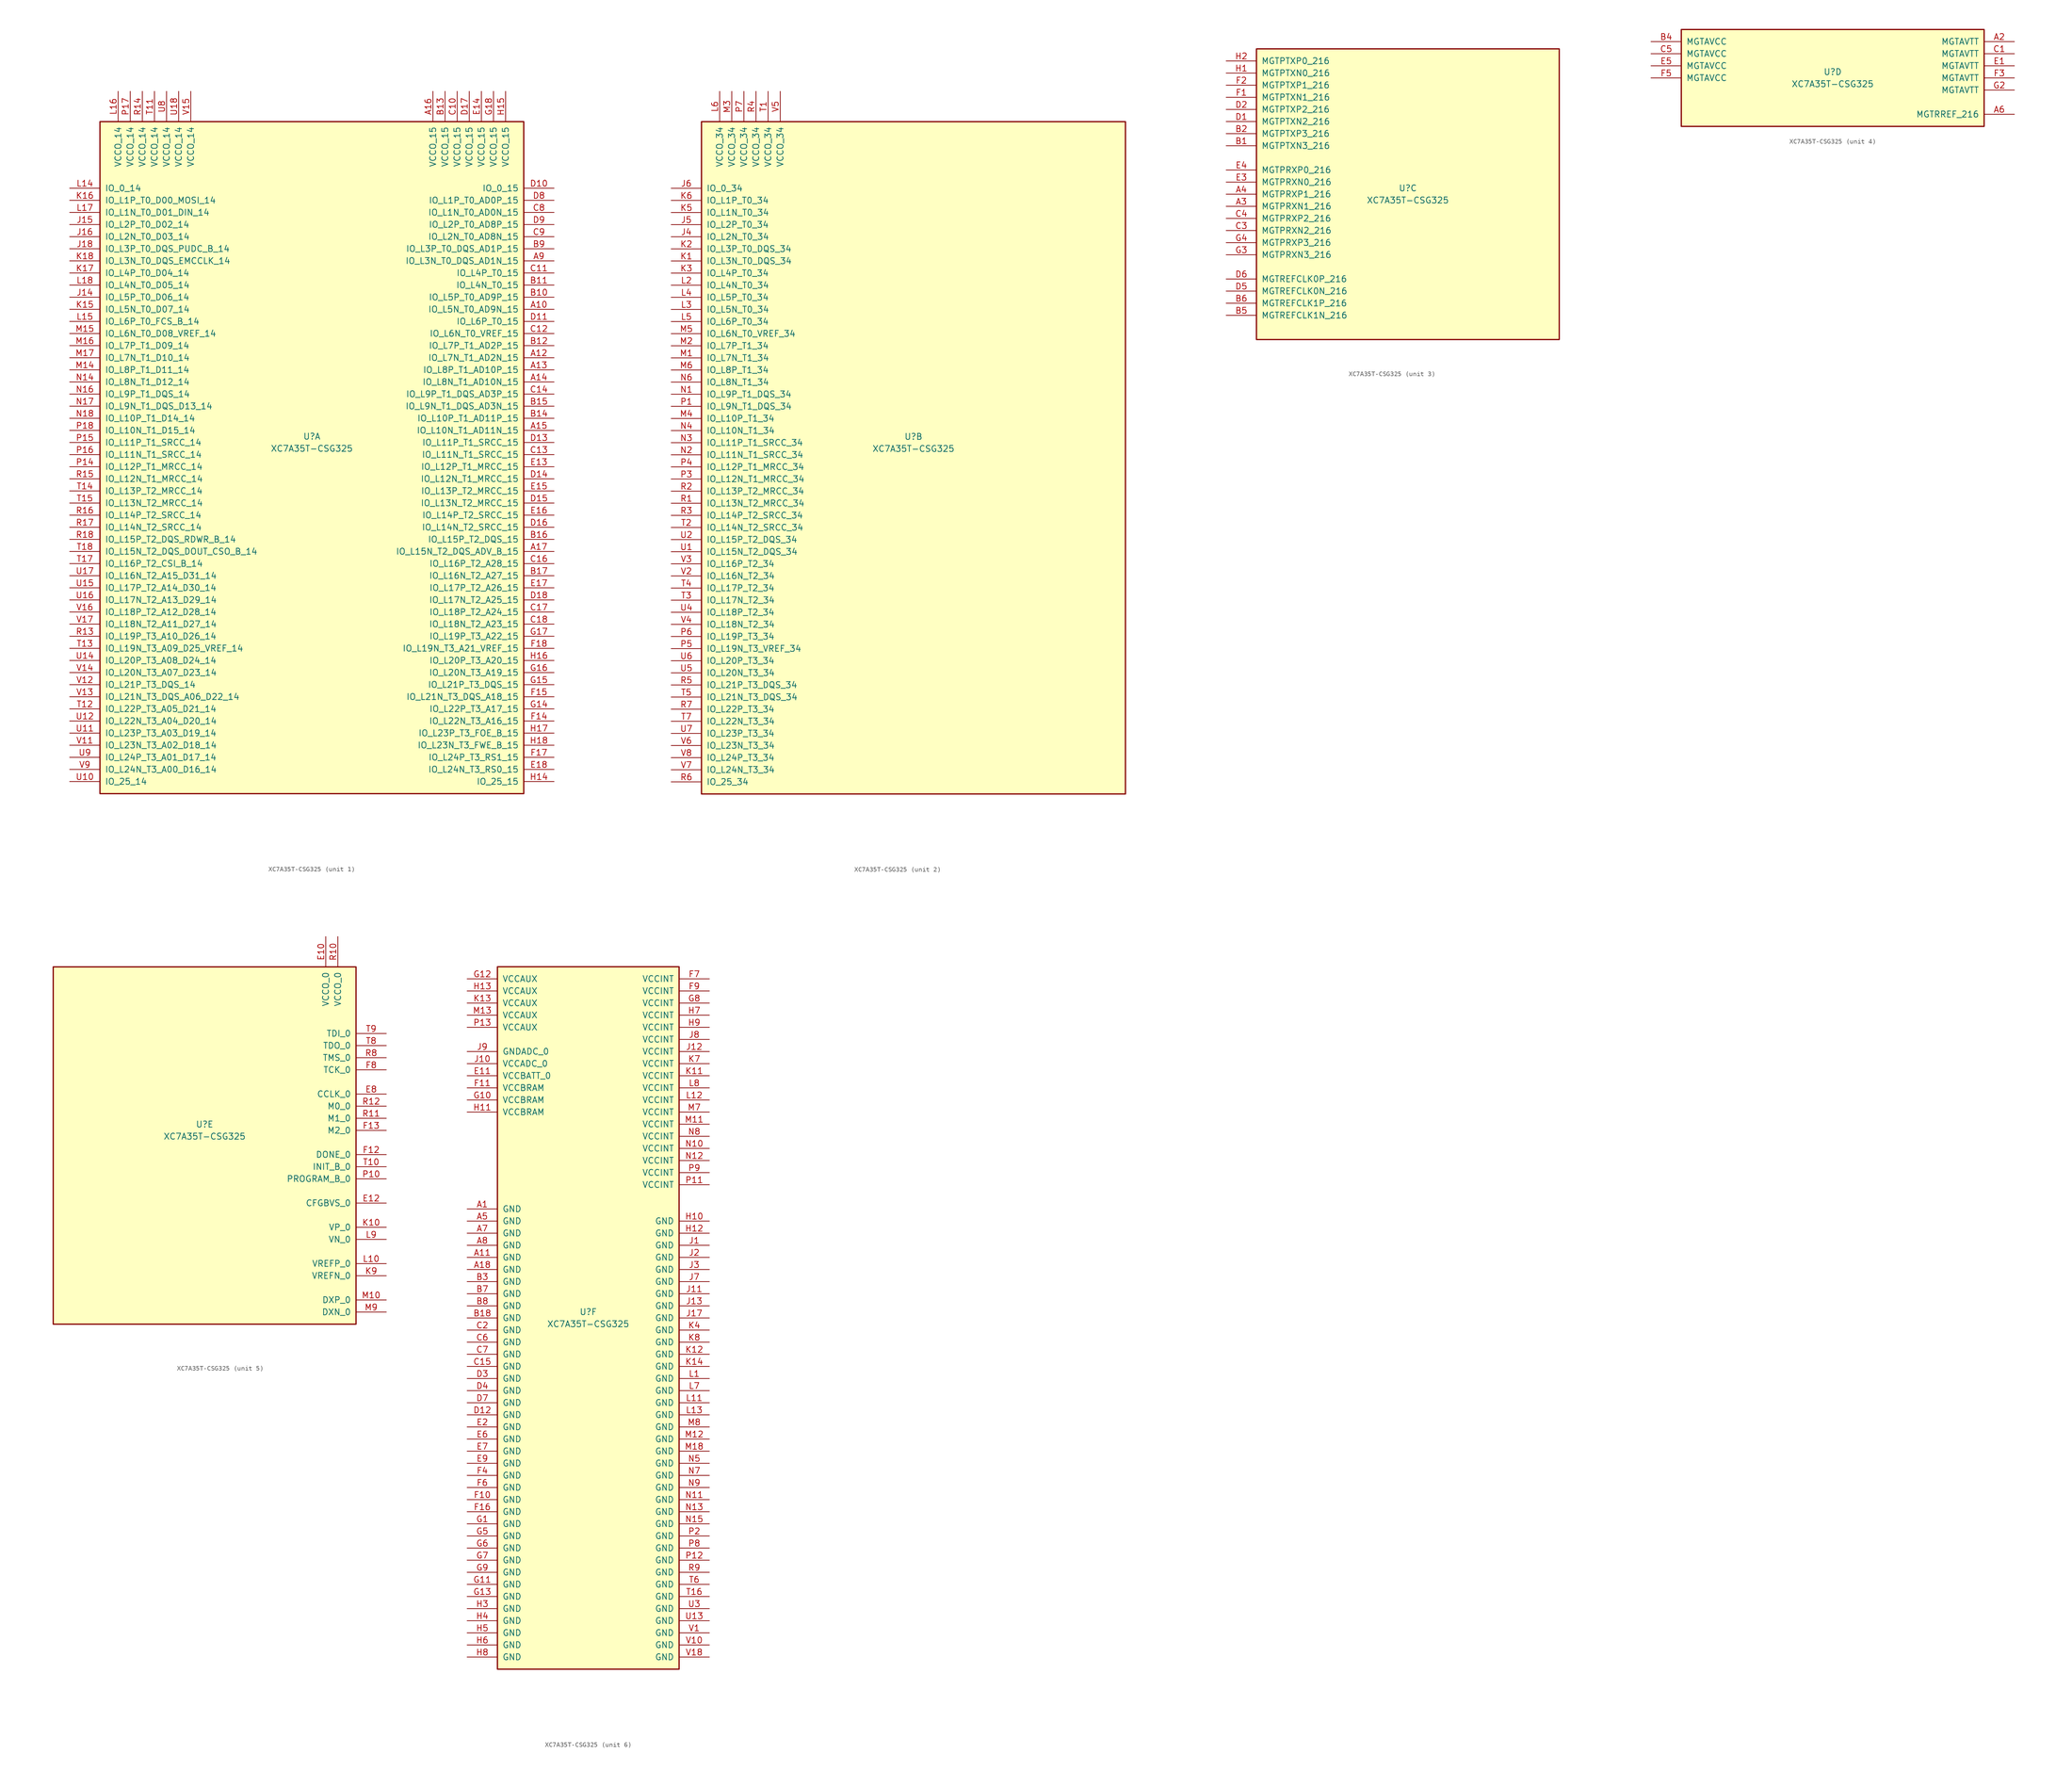
<source format=kicad_sym>
(kicad_symbol_lib
  (version 20231120)
  (generator "kicad_symbol_editor")
  (generator_version "8.0")
  (symbol "XC7A35T-CSG325"
    (pin_names
      (offset 1.016))
    (property "Reference" "U"
      (at 0 1.27 0)
      (effects (font (size 1.27 1.27))))
    (property "Value" "XC7A35T-CSG325"
      (at 0 -1.27 0)
      (effects (font (size 1.27 1.27))))
    (property "Datasheet" ""
      (at 0 0 0)
      (effects (font (size 1.27 1.27))))
    (property "ki_locked" ""
      (at 0 0 0)
      (effects (font (size 1.27 1.27))))
    (symbol "XC7A35T-CSG325_1_1"
      (rectangle (start -44.45 67.31) (end 44.45 -73.66) (stroke (width 0.254) (type solid)) (fill (type background)))
      (pin bidirectional line (at 50.8 27.94 180) (length 6.35) (name "IO_L5N_T0_AD9N_15" (effects (font (size 1.27 1.27)))) (number "A10" (effects (font (size 1.27 1.27)))))
      (pin bidirectional line (at 50.8 17.78 180) (length 6.35) (name "IO_L7N_T1_AD2N_15" (effects (font (size 1.27 1.27)))) (number "A12" (effects (font (size 1.27 1.27)))))
      (pin bidirectional line (at 50.8 15.24 180) (length 6.35) (name "IO_L8P_T1_AD10P_15" (effects (font (size 1.27 1.27)))) (number "A13" (effects (font (size 1.27 1.27)))))
      (pin bidirectional line (at 50.8 12.7 180) (length 6.35) (name "IO_L8N_T1_AD10N_15" (effects (font (size 1.27 1.27)))) (number "A14" (effects (font (size 1.27 1.27)))))
      (pin bidirectional line (at 50.8 2.54 180) (length 6.35) (name "IO_L10N_T1_AD11N_15" (effects (font (size 1.27 1.27)))) (number "A15" (effects (font (size 1.27 1.27)))))
      (pin power_in line (at 25.4 73.66 270) (length 6.35) (name "VCCO_15" (effects (font (size 1.27 1.27)))) (number "A16" (effects (font (size 1.27 1.27)))))
      (pin bidirectional line (at 50.8 -22.86 180) (length 6.35) (name "IO_L15N_T2_DQS_ADV_B_15" (effects (font (size 1.27 1.27)))) (number "A17" (effects (font (size 1.27 1.27)))))
      (pin bidirectional line (at 50.8 38.1 180) (length 6.35) (name "IO_L3N_T0_DQS_AD1N_15" (effects (font (size 1.27 1.27)))) (number "A9" (effects (font (size 1.27 1.27)))))
      (pin bidirectional line (at 50.8 30.48 180) (length 6.35) (name "IO_L5P_T0_AD9P_15" (effects (font (size 1.27 1.27)))) (number "B10" (effects (font (size 1.27 1.27)))))
      (pin bidirectional line (at 50.8 33.02 180) (length 6.35) (name "IO_L4N_T0_15" (effects (font (size 1.27 1.27)))) (number "B11" (effects (font (size 1.27 1.27)))))
      (pin bidirectional line (at 50.8 20.32 180) (length 6.35) (name "IO_L7P_T1_AD2P_15" (effects (font (size 1.27 1.27)))) (number "B12" (effects (font (size 1.27 1.27)))))
      (pin power_in line (at 27.94 73.66 270) (length 6.35) (name "VCCO_15" (effects (font (size 1.27 1.27)))) (number "B13" (effects (font (size 1.27 1.27)))))
      (pin bidirectional line (at 50.8 5.08 180) (length 6.35) (name "IO_L10P_T1_AD11P_15" (effects (font (size 1.27 1.27)))) (number "B14" (effects (font (size 1.27 1.27)))))
      (pin bidirectional line (at 50.8 7.62 180) (length 6.35) (name "IO_L9N_T1_DQS_AD3N_15" (effects (font (size 1.27 1.27)))) (number "B15" (effects (font (size 1.27 1.27)))))
      (pin bidirectional line (at 50.8 -20.32 180) (length 6.35) (name "IO_L15P_T2_DQS_15" (effects (font (size 1.27 1.27)))) (number "B16" (effects (font (size 1.27 1.27)))))
      (pin bidirectional line (at 50.8 -27.94 180) (length 6.35) (name "IO_L16N_T2_A27_15" (effects (font (size 1.27 1.27)))) (number "B17" (effects (font (size 1.27 1.27)))))
      (pin bidirectional line (at 50.8 40.64 180) (length 6.35) (name "IO_L3P_T0_DQS_AD1P_15" (effects (font (size 1.27 1.27)))) (number "B9" (effects (font (size 1.27 1.27)))))
      (pin power_in line (at 30.48 73.66 270) (length 6.35) (name "VCCO_15" (effects (font (size 1.27 1.27)))) (number "C10" (effects (font (size 1.27 1.27)))))
      (pin bidirectional line (at 50.8 35.56 180) (length 6.35) (name "IO_L4P_T0_15" (effects (font (size 1.27 1.27)))) (number "C11" (effects (font (size 1.27 1.27)))))
      (pin bidirectional line (at 50.8 22.86 180) (length 6.35) (name "IO_L6N_T0_VREF_15" (effects (font (size 1.27 1.27)))) (number "C12" (effects (font (size 1.27 1.27)))))
      (pin bidirectional line (at 50.8 -2.54 180) (length 6.35) (name "IO_L11N_T1_SRCC_15" (effects (font (size 1.27 1.27)))) (number "C13" (effects (font (size 1.27 1.27)))))
      (pin bidirectional line (at 50.8 10.16 180) (length 6.35) (name "IO_L9P_T1_DQS_AD3P_15" (effects (font (size 1.27 1.27)))) (number "C14" (effects (font (size 1.27 1.27)))))
      (pin bidirectional line (at 50.8 -25.4 180) (length 6.35) (name "IO_L16P_T2_A28_15" (effects (font (size 1.27 1.27)))) (number "C16" (effects (font (size 1.27 1.27)))))
      (pin bidirectional line (at 50.8 -35.56 180) (length 6.35) (name "IO_L18P_T2_A24_15" (effects (font (size 1.27 1.27)))) (number "C17" (effects (font (size 1.27 1.27)))))
      (pin bidirectional line (at 50.8 -38.1 180) (length 6.35) (name "IO_L18N_T2_A23_15" (effects (font (size 1.27 1.27)))) (number "C18" (effects (font (size 1.27 1.27)))))
      (pin bidirectional line (at 50.8 48.26 180) (length 6.35) (name "IO_L1N_T0_AD0N_15" (effects (font (size 1.27 1.27)))) (number "C8" (effects (font (size 1.27 1.27)))))
      (pin bidirectional line (at 50.8 43.18 180) (length 6.35) (name "IO_L2N_T0_AD8N_15" (effects (font (size 1.27 1.27)))) (number "C9" (effects (font (size 1.27 1.27)))))
      (pin bidirectional line (at 50.8 53.34 180) (length 6.35) (name "IO_0_15" (effects (font (size 1.27 1.27)))) (number "D10" (effects (font (size 1.27 1.27)))))
      (pin bidirectional line (at 50.8 25.4 180) (length 6.35) (name "IO_L6P_T0_15" (effects (font (size 1.27 1.27)))) (number "D11" (effects (font (size 1.27 1.27)))))
      (pin bidirectional line (at 50.8 0 180) (length 6.35) (name "IO_L11P_T1_SRCC_15" (effects (font (size 1.27 1.27)))) (number "D13" (effects (font (size 1.27 1.27)))))
      (pin bidirectional line (at 50.8 -7.62 180) (length 6.35) (name "IO_L12N_T1_MRCC_15" (effects (font (size 1.27 1.27)))) (number "D14" (effects (font (size 1.27 1.27)))))
      (pin bidirectional line (at 50.8 -12.7 180) (length 6.35) (name "IO_L13N_T2_MRCC_15" (effects (font (size 1.27 1.27)))) (number "D15" (effects (font (size 1.27 1.27)))))
      (pin bidirectional line (at 50.8 -17.78 180) (length 6.35) (name "IO_L14N_T2_SRCC_15" (effects (font (size 1.27 1.27)))) (number "D16" (effects (font (size 1.27 1.27)))))
      (pin power_in line (at 33.02 73.66 270) (length 6.35) (name "VCCO_15" (effects (font (size 1.27 1.27)))) (number "D17" (effects (font (size 1.27 1.27)))))
      (pin bidirectional line (at 50.8 -33.02 180) (length 6.35) (name "IO_L17N_T2_A25_15" (effects (font (size 1.27 1.27)))) (number "D18" (effects (font (size 1.27 1.27)))))
      (pin bidirectional line (at 50.8 50.8 180) (length 6.35) (name "IO_L1P_T0_AD0P_15" (effects (font (size 1.27 1.27)))) (number "D8" (effects (font (size 1.27 1.27)))))
      (pin bidirectional line (at 50.8 45.72 180) (length 6.35) (name "IO_L2P_T0_AD8P_15" (effects (font (size 1.27 1.27)))) (number "D9" (effects (font (size 1.27 1.27)))))
      (pin bidirectional line (at 50.8 -5.08 180) (length 6.35) (name "IO_L12P_T1_MRCC_15" (effects (font (size 1.27 1.27)))) (number "E13" (effects (font (size 1.27 1.27)))))
      (pin power_in line (at 35.56 73.66 270) (length 6.35) (name "VCCO_15" (effects (font (size 1.27 1.27)))) (number "E14" (effects (font (size 1.27 1.27)))))
      (pin bidirectional line (at 50.8 -10.16 180) (length 6.35) (name "IO_L13P_T2_MRCC_15" (effects (font (size 1.27 1.27)))) (number "E15" (effects (font (size 1.27 1.27)))))
      (pin bidirectional line (at 50.8 -15.24 180) (length 6.35) (name "IO_L14P_T2_SRCC_15" (effects (font (size 1.27 1.27)))) (number "E16" (effects (font (size 1.27 1.27)))))
      (pin bidirectional line (at 50.8 -30.48 180) (length 6.35) (name "IO_L17P_T2_A26_15" (effects (font (size 1.27 1.27)))) (number "E17" (effects (font (size 1.27 1.27)))))
      (pin bidirectional line (at 50.8 -68.58 180) (length 6.35) (name "IO_L24N_T3_RS0_15" (effects (font (size 1.27 1.27)))) (number "E18" (effects (font (size 1.27 1.27)))))
      (pin bidirectional line (at 50.8 -58.42 180) (length 6.35) (name "IO_L22N_T3_A16_15" (effects (font (size 1.27 1.27)))) (number "F14" (effects (font (size 1.27 1.27)))))
      (pin bidirectional line (at 50.8 -53.34 180) (length 6.35) (name "IO_L21N_T3_DQS_A18_15" (effects (font (size 1.27 1.27)))) (number "F15" (effects (font (size 1.27 1.27)))))
      (pin bidirectional line (at 50.8 -66.04 180) (length 6.35) (name "IO_L24P_T3_RS1_15" (effects (font (size 1.27 1.27)))) (number "F17" (effects (font (size 1.27 1.27)))))
      (pin bidirectional line (at 50.8 -43.18 180) (length 6.35) (name "IO_L19N_T3_A21_VREF_15" (effects (font (size 1.27 1.27)))) (number "F18" (effects (font (size 1.27 1.27)))))
      (pin bidirectional line (at 50.8 -55.88 180) (length 6.35) (name "IO_L22P_T3_A17_15" (effects (font (size 1.27 1.27)))) (number "G14" (effects (font (size 1.27 1.27)))))
      (pin bidirectional line (at 50.8 -50.8 180) (length 6.35) (name "IO_L21P_T3_DQS_15" (effects (font (size 1.27 1.27)))) (number "G15" (effects (font (size 1.27 1.27)))))
      (pin bidirectional line (at 50.8 -48.26 180) (length 6.35) (name "IO_L20N_T3_A19_15" (effects (font (size 1.27 1.27)))) (number "G16" (effects (font (size 1.27 1.27)))))
      (pin bidirectional line (at 50.8 -40.64 180) (length 6.35) (name "IO_L19P_T3_A22_15" (effects (font (size 1.27 1.27)))) (number "G17" (effects (font (size 1.27 1.27)))))
      (pin power_in line (at 38.1 73.66 270) (length 6.35) (name "VCCO_15" (effects (font (size 1.27 1.27)))) (number "G18" (effects (font (size 1.27 1.27)))))
      (pin bidirectional line (at 50.8 -71.12 180) (length 6.35) (name "IO_25_15" (effects (font (size 1.27 1.27)))) (number "H14" (effects (font (size 1.27 1.27)))))
      (pin power_in line (at 40.64 73.66 270) (length 6.35) (name "VCCO_15" (effects (font (size 1.27 1.27)))) (number "H15" (effects (font (size 1.27 1.27)))))
      (pin bidirectional line (at 50.8 -45.72 180) (length 6.35) (name "IO_L20P_T3_A20_15" (effects (font (size 1.27 1.27)))) (number "H16" (effects (font (size 1.27 1.27)))))
      (pin bidirectional line (at 50.8 -60.96 180) (length 6.35) (name "IO_L23P_T3_FOE_B_15" (effects (font (size 1.27 1.27)))) (number "H17" (effects (font (size 1.27 1.27)))))
      (pin bidirectional line (at 50.8 -63.5 180) (length 6.35) (name "IO_L23N_T3_FWE_B_15" (effects (font (size 1.27 1.27)))) (number "H18" (effects (font (size 1.27 1.27)))))
      (pin bidirectional line (at -50.8 30.48 0) (length 6.35) (name "IO_L5P_T0_D06_14" (effects (font (size 1.27 1.27)))) (number "J14" (effects (font (size 1.27 1.27)))))
      (pin bidirectional line (at -50.8 45.72 0) (length 6.35) (name "IO_L2P_T0_D02_14" (effects (font (size 1.27 1.27)))) (number "J15" (effects (font (size 1.27 1.27)))))
      (pin bidirectional line (at -50.8 43.18 0) (length 6.35) (name "IO_L2N_T0_D03_14" (effects (font (size 1.27 1.27)))) (number "J16" (effects (font (size 1.27 1.27)))))
      (pin bidirectional line (at -50.8 40.64 0) (length 6.35) (name "IO_L3P_T0_DQS_PUDC_B_14" (effects (font (size 1.27 1.27)))) (number "J18" (effects (font (size 1.27 1.27)))))
      (pin bidirectional line (at -50.8 27.94 0) (length 6.35) (name "IO_L5N_T0_D07_14" (effects (font (size 1.27 1.27)))) (number "K15" (effects (font (size 1.27 1.27)))))
      (pin bidirectional line (at -50.8 50.8 0) (length 6.35) (name "IO_L1P_T0_D00_MOSI_14" (effects (font (size 1.27 1.27)))) (number "K16" (effects (font (size 1.27 1.27)))))
      (pin bidirectional line (at -50.8 35.56 0) (length 6.35) (name "IO_L4P_T0_D04_14" (effects (font (size 1.27 1.27)))) (number "K17" (effects (font (size 1.27 1.27)))))
      (pin bidirectional line (at -50.8 38.1 0) (length 6.35) (name "IO_L3N_T0_DQS_EMCCLK_14" (effects (font (size 1.27 1.27)))) (number "K18" (effects (font (size 1.27 1.27)))))
      (pin bidirectional line (at -50.8 53.34 0) (length 6.35) (name "IO_0_14" (effects (font (size 1.27 1.27)))) (number "L14" (effects (font (size 1.27 1.27)))))
      (pin bidirectional line (at -50.8 25.4 0) (length 6.35) (name "IO_L6P_T0_FCS_B_14" (effects (font (size 1.27 1.27)))) (number "L15" (effects (font (size 1.27 1.27)))))
      (pin power_in line (at -40.64 73.66 270) (length 6.35) (name "VCCO_14" (effects (font (size 1.27 1.27)))) (number "L16" (effects (font (size 1.27 1.27)))))
      (pin bidirectional line (at -50.8 48.26 0) (length 6.35) (name "IO_L1N_T0_D01_DIN_14" (effects (font (size 1.27 1.27)))) (number "L17" (effects (font (size 1.27 1.27)))))
      (pin bidirectional line (at -50.8 33.02 0) (length 6.35) (name "IO_L4N_T0_D05_14" (effects (font (size 1.27 1.27)))) (number "L18" (effects (font (size 1.27 1.27)))))
      (pin bidirectional line (at -50.8 15.24 0) (length 6.35) (name "IO_L8P_T1_D11_14" (effects (font (size 1.27 1.27)))) (number "M14" (effects (font (size 1.27 1.27)))))
      (pin bidirectional line (at -50.8 22.86 0) (length 6.35) (name "IO_L6N_T0_D08_VREF_14" (effects (font (size 1.27 1.27)))) (number "M15" (effects (font (size 1.27 1.27)))))
      (pin bidirectional line (at -50.8 20.32 0) (length 6.35) (name "IO_L7P_T1_D09_14" (effects (font (size 1.27 1.27)))) (number "M16" (effects (font (size 1.27 1.27)))))
      (pin bidirectional line (at -50.8 17.78 0) (length 6.35) (name "IO_L7N_T1_D10_14" (effects (font (size 1.27 1.27)))) (number "M17" (effects (font (size 1.27 1.27)))))
      (pin bidirectional line (at -50.8 12.7 0) (length 6.35) (name "IO_L8N_T1_D12_14" (effects (font (size 1.27 1.27)))) (number "N14" (effects (font (size 1.27 1.27)))))
      (pin bidirectional line (at -50.8 10.16 0) (length 6.35) (name "IO_L9P_T1_DQS_14" (effects (font (size 1.27 1.27)))) (number "N16" (effects (font (size 1.27 1.27)))))
      (pin bidirectional line (at -50.8 7.62 0) (length 6.35) (name "IO_L9N_T1_DQS_D13_14" (effects (font (size 1.27 1.27)))) (number "N17" (effects (font (size 1.27 1.27)))))
      (pin bidirectional line (at -50.8 5.08 0) (length 6.35) (name "IO_L10P_T1_D14_14" (effects (font (size 1.27 1.27)))) (number "N18" (effects (font (size 1.27 1.27)))))
      (pin bidirectional line (at -50.8 -5.08 0) (length 6.35) (name "IO_L12P_T1_MRCC_14" (effects (font (size 1.27 1.27)))) (number "P14" (effects (font (size 1.27 1.27)))))
      (pin bidirectional line (at -50.8 0 0) (length 6.35) (name "IO_L11P_T1_SRCC_14" (effects (font (size 1.27 1.27)))) (number "P15" (effects (font (size 1.27 1.27)))))
      (pin bidirectional line (at -50.8 -2.54 0) (length 6.35) (name "IO_L11N_T1_SRCC_14" (effects (font (size 1.27 1.27)))) (number "P16" (effects (font (size 1.27 1.27)))))
      (pin power_in line (at -38.1 73.66 270) (length 6.35) (name "VCCO_14" (effects (font (size 1.27 1.27)))) (number "P17" (effects (font (size 1.27 1.27)))))
      (pin bidirectional line (at -50.8 2.54 0) (length 6.35) (name "IO_L10N_T1_D15_14" (effects (font (size 1.27 1.27)))) (number "P18" (effects (font (size 1.27 1.27)))))
      (pin bidirectional line (at -50.8 -40.64 0) (length 6.35) (name "IO_L19P_T3_A10_D26_14" (effects (font (size 1.27 1.27)))) (number "R13" (effects (font (size 1.27 1.27)))))
      (pin power_in line (at -35.56 73.66 270) (length 6.35) (name "VCCO_14" (effects (font (size 1.27 1.27)))) (number "R14" (effects (font (size 1.27 1.27)))))
      (pin bidirectional line (at -50.8 -7.62 0) (length 6.35) (name "IO_L12N_T1_MRCC_14" (effects (font (size 1.27 1.27)))) (number "R15" (effects (font (size 1.27 1.27)))))
      (pin bidirectional line (at -50.8 -15.24 0) (length 6.35) (name "IO_L14P_T2_SRCC_14" (effects (font (size 1.27 1.27)))) (number "R16" (effects (font (size 1.27 1.27)))))
      (pin bidirectional line (at -50.8 -17.78 0) (length 6.35) (name "IO_L14N_T2_SRCC_14" (effects (font (size 1.27 1.27)))) (number "R17" (effects (font (size 1.27 1.27)))))
      (pin bidirectional line (at -50.8 -20.32 0) (length 6.35) (name "IO_L15P_T2_DQS_RDWR_B_14" (effects (font (size 1.27 1.27)))) (number "R18" (effects (font (size 1.27 1.27)))))
      (pin power_in line (at -33.02 73.66 270) (length 6.35) (name "VCCO_14" (effects (font (size 1.27 1.27)))) (number "T11" (effects (font (size 1.27 1.27)))))
      (pin bidirectional line (at -50.8 -55.88 0) (length 6.35) (name "IO_L22P_T3_A05_D21_14" (effects (font (size 1.27 1.27)))) (number "T12" (effects (font (size 1.27 1.27)))))
      (pin bidirectional line (at -50.8 -43.18 0) (length 6.35) (name "IO_L19N_T3_A09_D25_VREF_14" (effects (font (size 1.27 1.27)))) (number "T13" (effects (font (size 1.27 1.27)))))
      (pin bidirectional line (at -50.8 -10.16 0) (length 6.35) (name "IO_L13P_T2_MRCC_14" (effects (font (size 1.27 1.27)))) (number "T14" (effects (font (size 1.27 1.27)))))
      (pin bidirectional line (at -50.8 -12.7 0) (length 6.35) (name "IO_L13N_T2_MRCC_14" (effects (font (size 1.27 1.27)))) (number "T15" (effects (font (size 1.27 1.27)))))
      (pin bidirectional line (at -50.8 -25.4 0) (length 6.35) (name "IO_L16P_T2_CSI_B_14" (effects (font (size 1.27 1.27)))) (number "T17" (effects (font (size 1.27 1.27)))))
      (pin bidirectional line (at -50.8 -22.86 0) (length 6.35) (name "IO_L15N_T2_DQS_DOUT_CSO_B_14" (effects (font (size 1.27 1.27)))) (number "T18" (effects (font (size 1.27 1.27)))))
      (pin bidirectional line (at -50.8 -71.12 0) (length 6.35) (name "IO_25_14" (effects (font (size 1.27 1.27)))) (number "U10" (effects (font (size 1.27 1.27)))))
      (pin bidirectional line (at -50.8 -60.96 0) (length 6.35) (name "IO_L23P_T3_A03_D19_14" (effects (font (size 1.27 1.27)))) (number "U11" (effects (font (size 1.27 1.27)))))
      (pin bidirectional line (at -50.8 -58.42 0) (length 6.35) (name "IO_L22N_T3_A04_D20_14" (effects (font (size 1.27 1.27)))) (number "U12" (effects (font (size 1.27 1.27)))))
      (pin bidirectional line (at -50.8 -45.72 0) (length 6.35) (name "IO_L20P_T3_A08_D24_14" (effects (font (size 1.27 1.27)))) (number "U14" (effects (font (size 1.27 1.27)))))
      (pin bidirectional line (at -50.8 -30.48 0) (length 6.35) (name "IO_L17P_T2_A14_D30_14" (effects (font (size 1.27 1.27)))) (number "U15" (effects (font (size 1.27 1.27)))))
      (pin bidirectional line (at -50.8 -33.02 0) (length 6.35) (name "IO_L17N_T2_A13_D29_14" (effects (font (size 1.27 1.27)))) (number "U16" (effects (font (size 1.27 1.27)))))
      (pin bidirectional line (at -50.8 -27.94 0) (length 6.35) (name "IO_L16N_T2_A15_D31_14" (effects (font (size 1.27 1.27)))) (number "U17" (effects (font (size 1.27 1.27)))))
      (pin power_in line (at -27.94 73.66 270) (length 6.35) (name "VCCO_14" (effects (font (size 1.27 1.27)))) (number "U18" (effects (font (size 1.27 1.27)))))
      (pin power_in line (at -30.48 73.66 270) (length 6.35) (name "VCCO_14" (effects (font (size 1.27 1.27)))) (number "U8" (effects (font (size 1.27 1.27)))))
      (pin bidirectional line (at -50.8 -66.04 0) (length 6.35) (name "IO_L24P_T3_A01_D17_14" (effects (font (size 1.27 1.27)))) (number "U9" (effects (font (size 1.27 1.27)))))
      (pin bidirectional line (at -50.8 -63.5 0) (length 6.35) (name "IO_L23N_T3_A02_D18_14" (effects (font (size 1.27 1.27)))) (number "V11" (effects (font (size 1.27 1.27)))))
      (pin bidirectional line (at -50.8 -50.8 0) (length 6.35) (name "IO_L21P_T3_DQS_14" (effects (font (size 1.27 1.27)))) (number "V12" (effects (font (size 1.27 1.27)))))
      (pin bidirectional line (at -50.8 -53.34 0) (length 6.35) (name "IO_L21N_T3_DQS_A06_D22_14" (effects (font (size 1.27 1.27)))) (number "V13" (effects (font (size 1.27 1.27)))))
      (pin bidirectional line (at -50.8 -48.26 0) (length 6.35) (name "IO_L20N_T3_A07_D23_14" (effects (font (size 1.27 1.27)))) (number "V14" (effects (font (size 1.27 1.27)))))
      (pin power_in line (at -25.4 73.66 270) (length 6.35) (name "VCCO_14" (effects (font (size 1.27 1.27)))) (number "V15" (effects (font (size 1.27 1.27)))))
      (pin bidirectional line (at -50.8 -35.56 0) (length 6.35) (name "IO_L18P_T2_A12_D28_14" (effects (font (size 1.27 1.27)))) (number "V16" (effects (font (size 1.27 1.27)))))
      (pin bidirectional line (at -50.8 -38.1 0) (length 6.35) (name "IO_L18N_T2_A11_D27_14" (effects (font (size 1.27 1.27)))) (number "V17" (effects (font (size 1.27 1.27)))))
      (pin bidirectional line (at -50.8 -68.58 0) (length 6.35) (name "IO_L24N_T3_A00_D16_14" (effects (font (size 1.27 1.27)))) (number "V9" (effects (font (size 1.27 1.27))))))
    (symbol "XC7A35T-CSG325_2_1"
      (rectangle (start -44.45 67.31) (end 44.45 -73.66) (stroke (width 0.254) (type solid)) (fill (type background)))
      (pin bidirectional line (at -50.8 43.18 0) (length 6.35) (name "IO_L2N_T0_34" (effects (font (size 1.27 1.27)))) (number "J4" (effects (font (size 1.27 1.27)))))
      (pin bidirectional line (at -50.8 45.72 0) (length 6.35) (name "IO_L2P_T0_34" (effects (font (size 1.27 1.27)))) (number "J5" (effects (font (size 1.27 1.27)))))
      (pin bidirectional line (at -50.8 53.34 0) (length 6.35) (name "IO_0_34" (effects (font (size 1.27 1.27)))) (number "J6" (effects (font (size 1.27 1.27)))))
      (pin bidirectional line (at -50.8 38.1 0) (length 6.35) (name "IO_L3N_T0_DQS_34" (effects (font (size 1.27 1.27)))) (number "K1" (effects (font (size 1.27 1.27)))))
      (pin bidirectional line (at -50.8 40.64 0) (length 6.35) (name "IO_L3P_T0_DQS_34" (effects (font (size 1.27 1.27)))) (number "K2" (effects (font (size 1.27 1.27)))))
      (pin bidirectional line (at -50.8 35.56 0) (length 6.35) (name "IO_L4P_T0_34" (effects (font (size 1.27 1.27)))) (number "K3" (effects (font (size 1.27 1.27)))))
      (pin bidirectional line (at -50.8 48.26 0) (length 6.35) (name "IO_L1N_T0_34" (effects (font (size 1.27 1.27)))) (number "K5" (effects (font (size 1.27 1.27)))))
      (pin bidirectional line (at -50.8 50.8 0) (length 6.35) (name "IO_L1P_T0_34" (effects (font (size 1.27 1.27)))) (number "K6" (effects (font (size 1.27 1.27)))))
      (pin bidirectional line (at -50.8 33.02 0) (length 6.35) (name "IO_L4N_T0_34" (effects (font (size 1.27 1.27)))) (number "L2" (effects (font (size 1.27 1.27)))))
      (pin bidirectional line (at -50.8 27.94 0) (length 6.35) (name "IO_L5N_T0_34" (effects (font (size 1.27 1.27)))) (number "L3" (effects (font (size 1.27 1.27)))))
      (pin bidirectional line (at -50.8 30.48 0) (length 6.35) (name "IO_L5P_T0_34" (effects (font (size 1.27 1.27)))) (number "L4" (effects (font (size 1.27 1.27)))))
      (pin bidirectional line (at -50.8 25.4 0) (length 6.35) (name "IO_L6P_T0_34" (effects (font (size 1.27 1.27)))) (number "L5" (effects (font (size 1.27 1.27)))))
      (pin power_in line (at -40.64 73.66 270) (length 6.35) (name "VCCO_34" (effects (font (size 1.27 1.27)))) (number "L6" (effects (font (size 1.27 1.27)))))
      (pin bidirectional line (at -50.8 17.78 0) (length 6.35) (name "IO_L7N_T1_34" (effects (font (size 1.27 1.27)))) (number "M1" (effects (font (size 1.27 1.27)))))
      (pin bidirectional line (at -50.8 20.32 0) (length 6.35) (name "IO_L7P_T1_34" (effects (font (size 1.27 1.27)))) (number "M2" (effects (font (size 1.27 1.27)))))
      (pin power_in line (at -38.1 73.66 270) (length 6.35) (name "VCCO_34" (effects (font (size 1.27 1.27)))) (number "M3" (effects (font (size 1.27 1.27)))))
      (pin bidirectional line (at -50.8 5.08 0) (length 6.35) (name "IO_L10P_T1_34" (effects (font (size 1.27 1.27)))) (number "M4" (effects (font (size 1.27 1.27)))))
      (pin bidirectional line (at -50.8 22.86 0) (length 6.35) (name "IO_L6N_T0_VREF_34" (effects (font (size 1.27 1.27)))) (number "M5" (effects (font (size 1.27 1.27)))))
      (pin bidirectional line (at -50.8 15.24 0) (length 6.35) (name "IO_L8P_T1_34" (effects (font (size 1.27 1.27)))) (number "M6" (effects (font (size 1.27 1.27)))))
      (pin bidirectional line (at -50.8 10.16 0) (length 6.35) (name "IO_L9P_T1_DQS_34" (effects (font (size 1.27 1.27)))) (number "N1" (effects (font (size 1.27 1.27)))))
      (pin bidirectional line (at -50.8 -2.54 0) (length 6.35) (name "IO_L11N_T1_SRCC_34" (effects (font (size 1.27 1.27)))) (number "N2" (effects (font (size 1.27 1.27)))))
      (pin bidirectional line (at -50.8 0 0) (length 6.35) (name "IO_L11P_T1_SRCC_34" (effects (font (size 1.27 1.27)))) (number "N3" (effects (font (size 1.27 1.27)))))
      (pin bidirectional line (at -50.8 2.54 0) (length 6.35) (name "IO_L10N_T1_34" (effects (font (size 1.27 1.27)))) (number "N4" (effects (font (size 1.27 1.27)))))
      (pin bidirectional line (at -50.8 12.7 0) (length 6.35) (name "IO_L8N_T1_34" (effects (font (size 1.27 1.27)))) (number "N6" (effects (font (size 1.27 1.27)))))
      (pin bidirectional line (at -50.8 7.62 0) (length 6.35) (name "IO_L9N_T1_DQS_34" (effects (font (size 1.27 1.27)))) (number "P1" (effects (font (size 1.27 1.27)))))
      (pin bidirectional line (at -50.8 -7.62 0) (length 6.35) (name "IO_L12N_T1_MRCC_34" (effects (font (size 1.27 1.27)))) (number "P3" (effects (font (size 1.27 1.27)))))
      (pin bidirectional line (at -50.8 -5.08 0) (length 6.35) (name "IO_L12P_T1_MRCC_34" (effects (font (size 1.27 1.27)))) (number "P4" (effects (font (size 1.27 1.27)))))
      (pin bidirectional line (at -50.8 -43.18 0) (length 6.35) (name "IO_L19N_T3_VREF_34" (effects (font (size 1.27 1.27)))) (number "P5" (effects (font (size 1.27 1.27)))))
      (pin bidirectional line (at -50.8 -40.64 0) (length 6.35) (name "IO_L19P_T3_34" (effects (font (size 1.27 1.27)))) (number "P6" (effects (font (size 1.27 1.27)))))
      (pin power_in line (at -35.56 73.66 270) (length 6.35) (name "VCCO_34" (effects (font (size 1.27 1.27)))) (number "P7" (effects (font (size 1.27 1.27)))))
      (pin bidirectional line (at -50.8 -12.7 0) (length 6.35) (name "IO_L13N_T2_MRCC_34" (effects (font (size 1.27 1.27)))) (number "R1" (effects (font (size 1.27 1.27)))))
      (pin bidirectional line (at -50.8 -10.16 0) (length 6.35) (name "IO_L13P_T2_MRCC_34" (effects (font (size 1.27 1.27)))) (number "R2" (effects (font (size 1.27 1.27)))))
      (pin bidirectional line (at -50.8 -15.24 0) (length 6.35) (name "IO_L14P_T2_SRCC_34" (effects (font (size 1.27 1.27)))) (number "R3" (effects (font (size 1.27 1.27)))))
      (pin power_in line (at -33.02 73.66 270) (length 6.35) (name "VCCO_34" (effects (font (size 1.27 1.27)))) (number "R4" (effects (font (size 1.27 1.27)))))
      (pin bidirectional line (at -50.8 -50.8 0) (length 6.35) (name "IO_L21P_T3_DQS_34" (effects (font (size 1.27 1.27)))) (number "R5" (effects (font (size 1.27 1.27)))))
      (pin bidirectional line (at -50.8 -71.12 0) (length 6.35) (name "IO_25_34" (effects (font (size 1.27 1.27)))) (number "R6" (effects (font (size 1.27 1.27)))))
      (pin bidirectional line (at -50.8 -55.88 0) (length 6.35) (name "IO_L22P_T3_34" (effects (font (size 1.27 1.27)))) (number "R7" (effects (font (size 1.27 1.27)))))
      (pin power_in line (at -30.48 73.66 270) (length 6.35) (name "VCCO_34" (effects (font (size 1.27 1.27)))) (number "T1" (effects (font (size 1.27 1.27)))))
      (pin bidirectional line (at -50.8 -17.78 0) (length 6.35) (name "IO_L14N_T2_SRCC_34" (effects (font (size 1.27 1.27)))) (number "T2" (effects (font (size 1.27 1.27)))))
      (pin bidirectional line (at -50.8 -33.02 0) (length 6.35) (name "IO_L17N_T2_34" (effects (font (size 1.27 1.27)))) (number "T3" (effects (font (size 1.27 1.27)))))
      (pin bidirectional line (at -50.8 -30.48 0) (length 6.35) (name "IO_L17P_T2_34" (effects (font (size 1.27 1.27)))) (number "T4" (effects (font (size 1.27 1.27)))))
      (pin bidirectional line (at -50.8 -53.34 0) (length 6.35) (name "IO_L21N_T3_DQS_34" (effects (font (size 1.27 1.27)))) (number "T5" (effects (font (size 1.27 1.27)))))
      (pin bidirectional line (at -50.8 -58.42 0) (length 6.35) (name "IO_L22N_T3_34" (effects (font (size 1.27 1.27)))) (number "T7" (effects (font (size 1.27 1.27)))))
      (pin bidirectional line (at -50.8 -22.86 0) (length 6.35) (name "IO_L15N_T2_DQS_34" (effects (font (size 1.27 1.27)))) (number "U1" (effects (font (size 1.27 1.27)))))
      (pin bidirectional line (at -50.8 -20.32 0) (length 6.35) (name "IO_L15P_T2_DQS_34" (effects (font (size 1.27 1.27)))) (number "U2" (effects (font (size 1.27 1.27)))))
      (pin bidirectional line (at -50.8 -35.56 0) (length 6.35) (name "IO_L18P_T2_34" (effects (font (size 1.27 1.27)))) (number "U4" (effects (font (size 1.27 1.27)))))
      (pin bidirectional line (at -50.8 -48.26 0) (length 6.35) (name "IO_L20N_T3_34" (effects (font (size 1.27 1.27)))) (number "U5" (effects (font (size 1.27 1.27)))))
      (pin bidirectional line (at -50.8 -45.72 0) (length 6.35) (name "IO_L20P_T3_34" (effects (font (size 1.27 1.27)))) (number "U6" (effects (font (size 1.27 1.27)))))
      (pin bidirectional line (at -50.8 -60.96 0) (length 6.35) (name "IO_L23P_T3_34" (effects (font (size 1.27 1.27)))) (number "U7" (effects (font (size 1.27 1.27)))))
      (pin bidirectional line (at -50.8 -27.94 0) (length 6.35) (name "IO_L16N_T2_34" (effects (font (size 1.27 1.27)))) (number "V2" (effects (font (size 1.27 1.27)))))
      (pin bidirectional line (at -50.8 -25.4 0) (length 6.35) (name "IO_L16P_T2_34" (effects (font (size 1.27 1.27)))) (number "V3" (effects (font (size 1.27 1.27)))))
      (pin bidirectional line (at -50.8 -38.1 0) (length 6.35) (name "IO_L18N_T2_34" (effects (font (size 1.27 1.27)))) (number "V4" (effects (font (size 1.27 1.27)))))
      (pin power_in line (at -27.94 73.66 270) (length 6.35) (name "VCCO_34" (effects (font (size 1.27 1.27)))) (number "V5" (effects (font (size 1.27 1.27)))))
      (pin bidirectional line (at -50.8 -63.5 0) (length 6.35) (name "IO_L23N_T3_34" (effects (font (size 1.27 1.27)))) (number "V6" (effects (font (size 1.27 1.27)))))
      (pin bidirectional line (at -50.8 -68.58 0) (length 6.35) (name "IO_L24N_T3_34" (effects (font (size 1.27 1.27)))) (number "V7" (effects (font (size 1.27 1.27)))))
      (pin bidirectional line (at -50.8 -66.04 0) (length 6.35) (name "IO_L24P_T3_34" (effects (font (size 1.27 1.27)))) (number "V8" (effects (font (size 1.27 1.27))))))
    (symbol "XC7A35T-CSG325_3_1"
      (rectangle (start -31.75 30.48) (end 31.75 -30.48) (stroke (width 0.254) (type solid)) (fill (type background)))
      (pin bidirectional line (at -38.1 -2.54 0) (length 6.35) (name "MGTPRXN1_216" (effects (font (size 1.27 1.27)))) (number "A3" (effects (font (size 1.27 1.27)))))
      (pin bidirectional line (at -38.1 0 0) (length 6.35) (name "MGTPRXP1_216" (effects (font (size 1.27 1.27)))) (number "A4" (effects (font (size 1.27 1.27)))))
      (pin bidirectional line (at -38.1 10.16 0) (length 6.35) (name "MGTPTXN3_216" (effects (font (size 1.27 1.27)))) (number "B1" (effects (font (size 1.27 1.27)))))
      (pin bidirectional line (at -38.1 12.7 0) (length 6.35) (name "MGTPTXP3_216" (effects (font (size 1.27 1.27)))) (number "B2" (effects (font (size 1.27 1.27)))))
      (pin bidirectional line (at -38.1 -25.4 0) (length 6.35) (name "MGTREFCLK1N_216" (effects (font (size 1.27 1.27)))) (number "B5" (effects (font (size 1.27 1.27)))))
      (pin bidirectional line (at -38.1 -22.86 0) (length 6.35) (name "MGTREFCLK1P_216" (effects (font (size 1.27 1.27)))) (number "B6" (effects (font (size 1.27 1.27)))))
      (pin bidirectional line (at -38.1 -7.62 0) (length 6.35) (name "MGTPRXN2_216" (effects (font (size 1.27 1.27)))) (number "C3" (effects (font (size 1.27 1.27)))))
      (pin bidirectional line (at -38.1 -5.08 0) (length 6.35) (name "MGTPRXP2_216" (effects (font (size 1.27 1.27)))) (number "C4" (effects (font (size 1.27 1.27)))))
      (pin bidirectional line (at -38.1 15.24 0) (length 6.35) (name "MGTPTXN2_216" (effects (font (size 1.27 1.27)))) (number "D1" (effects (font (size 1.27 1.27)))))
      (pin bidirectional line (at -38.1 17.78 0) (length 6.35) (name "MGTPTXP2_216" (effects (font (size 1.27 1.27)))) (number "D2" (effects (font (size 1.27 1.27)))))
      (pin bidirectional line (at -38.1 -20.32 0) (length 6.35) (name "MGTREFCLK0N_216" (effects (font (size 1.27 1.27)))) (number "D5" (effects (font (size 1.27 1.27)))))
      (pin bidirectional line (at -38.1 -17.78 0) (length 6.35) (name "MGTREFCLK0P_216" (effects (font (size 1.27 1.27)))) (number "D6" (effects (font (size 1.27 1.27)))))
      (pin bidirectional line (at -38.1 2.54 0) (length 6.35) (name "MGTPRXN0_216" (effects (font (size 1.27 1.27)))) (number "E3" (effects (font (size 1.27 1.27)))))
      (pin bidirectional line (at -38.1 5.08 0) (length 6.35) (name "MGTPRXP0_216" (effects (font (size 1.27 1.27)))) (number "E4" (effects (font (size 1.27 1.27)))))
      (pin bidirectional line (at -38.1 20.32 0) (length 6.35) (name "MGTPTXN1_216" (effects (font (size 1.27 1.27)))) (number "F1" (effects (font (size 1.27 1.27)))))
      (pin bidirectional line (at -38.1 22.86 0) (length 6.35) (name "MGTPTXP1_216" (effects (font (size 1.27 1.27)))) (number "F2" (effects (font (size 1.27 1.27)))))
      (pin bidirectional line (at -38.1 -12.7 0) (length 6.35) (name "MGTPRXN3_216" (effects (font (size 1.27 1.27)))) (number "G3" (effects (font (size 1.27 1.27)))))
      (pin bidirectional line (at -38.1 -10.16 0) (length 6.35) (name "MGTPRXP3_216" (effects (font (size 1.27 1.27)))) (number "G4" (effects (font (size 1.27 1.27)))))
      (pin bidirectional line (at -38.1 25.4 0) (length 6.35) (name "MGTPTXN0_216" (effects (font (size 1.27 1.27)))) (number "H1" (effects (font (size 1.27 1.27)))))
      (pin bidirectional line (at -38.1 27.94 0) (length 6.35) (name "MGTPTXP0_216" (effects (font (size 1.27 1.27)))) (number "H2" (effects (font (size 1.27 1.27))))))
    (symbol "XC7A35T-CSG325_4_1"
      (rectangle (start -31.75 10.16) (end 31.75 -10.16) (stroke (width 0.254) (type solid)) (fill (type background)))
      (pin power_in line (at 38.1 7.62 180) (length 6.35) (name "MGTAVTT" (effects (font (size 1.27 1.27)))) (number "A2" (effects (font (size 1.27 1.27)))))
      (pin power_in line (at 38.1 -7.62 180) (length 6.35) (name "MGTRREF_216" (effects (font (size 1.27 1.27)))) (number "A6" (effects (font (size 1.27 1.27)))))
      (pin power_in line (at -38.1 7.62 0) (length 6.35) (name "MGTAVCC" (effects (font (size 1.27 1.27)))) (number "B4" (effects (font (size 1.27 1.27)))))
      (pin power_in line (at 38.1 5.08 180) (length 6.35) (name "MGTAVTT" (effects (font (size 1.27 1.27)))) (number "C1" (effects (font (size 1.27 1.27)))))
      (pin power_in line (at -38.1 5.08 0) (length 6.35) (name "MGTAVCC" (effects (font (size 1.27 1.27)))) (number "C5" (effects (font (size 1.27 1.27)))))
      (pin power_in line (at 38.1 2.54 180) (length 6.35) (name "MGTAVTT" (effects (font (size 1.27 1.27)))) (number "E1" (effects (font (size 1.27 1.27)))))
      (pin power_in line (at -38.1 2.54 0) (length 6.35) (name "MGTAVCC" (effects (font (size 1.27 1.27)))) (number "E5" (effects (font (size 1.27 1.27)))))
      (pin power_in line (at 38.1 0 180) (length 6.35) (name "MGTAVTT" (effects (font (size 1.27 1.27)))) (number "F3" (effects (font (size 1.27 1.27)))))
      (pin power_in line (at -38.1 0 0) (length 6.35) (name "MGTAVCC" (effects (font (size 1.27 1.27)))) (number "F5" (effects (font (size 1.27 1.27)))))
      (pin power_in line (at 38.1 -2.54 180) (length 6.35) (name "MGTAVTT" (effects (font (size 1.27 1.27)))) (number "G2" (effects (font (size 1.27 1.27))))))
    (symbol "XC7A35T-CSG325_5_1"
      (rectangle (start -31.75 34.29) (end 31.75 -40.64) (stroke (width 0.254) (type solid)) (fill (type background)))
      (pin power_in line (at 25.4 40.64 270) (length 6.35) (name "VCCO_0" (effects (font (size 1.27 1.27)))) (number "E10" (effects (font (size 1.27 1.27)))))
      (pin bidirectional line (at 38.1 -15.24 180) (length 6.35) (name "CFGBVS_0" (effects (font (size 1.27 1.27)))) (number "E12" (effects (font (size 1.27 1.27)))))
      (pin bidirectional line (at 38.1 7.62 180) (length 6.35) (name "CCLK_0" (effects (font (size 1.27 1.27)))) (number "E8" (effects (font (size 1.27 1.27)))))
      (pin bidirectional line (at 38.1 -5.08 180) (length 6.35) (name "DONE_0" (effects (font (size 1.27 1.27)))) (number "F12" (effects (font (size 1.27 1.27)))))
      (pin bidirectional line (at 38.1 0 180) (length 6.35) (name "M2_0" (effects (font (size 1.27 1.27)))) (number "F13" (effects (font (size 1.27 1.27)))))
      (pin bidirectional line (at 38.1 12.7 180) (length 6.35) (name "TCK_0" (effects (font (size 1.27 1.27)))) (number "F8" (effects (font (size 1.27 1.27)))))
      (pin bidirectional line (at 38.1 -20.32 180) (length 6.35) (name "VP_0" (effects (font (size 1.27 1.27)))) (number "K10" (effects (font (size 1.27 1.27)))))
      (pin bidirectional line (at 38.1 -30.48 180) (length 6.35) (name "VREFN_0" (effects (font (size 1.27 1.27)))) (number "K9" (effects (font (size 1.27 1.27)))))
      (pin bidirectional line (at 38.1 -27.94 180) (length 6.35) (name "VREFP_0" (effects (font (size 1.27 1.27)))) (number "L10" (effects (font (size 1.27 1.27)))))
      (pin bidirectional line (at 38.1 -22.86 180) (length 6.35) (name "VN_0" (effects (font (size 1.27 1.27)))) (number "L9" (effects (font (size 1.27 1.27)))))
      (pin bidirectional line (at 38.1 -35.56 180) (length 6.35) (name "DXP_0" (effects (font (size 1.27 1.27)))) (number "M10" (effects (font (size 1.27 1.27)))))
      (pin bidirectional line (at 38.1 -38.1 180) (length 6.35) (name "DXN_0" (effects (font (size 1.27 1.27)))) (number "M9" (effects (font (size 1.27 1.27)))))
      (pin bidirectional line (at 38.1 -10.16 180) (length 6.35) (name "PROGRAM_B_0" (effects (font (size 1.27 1.27)))) (number "P10" (effects (font (size 1.27 1.27)))))
      (pin power_in line (at 27.94 40.64 270) (length 6.35) (name "VCCO_0" (effects (font (size 1.27 1.27)))) (number "R10" (effects (font (size 1.27 1.27)))))
      (pin bidirectional line (at 38.1 2.54 180) (length 6.35) (name "M1_0" (effects (font (size 1.27 1.27)))) (number "R11" (effects (font (size 1.27 1.27)))))
      (pin bidirectional line (at 38.1 5.08 180) (length 6.35) (name "M0_0" (effects (font (size 1.27 1.27)))) (number "R12" (effects (font (size 1.27 1.27)))))
      (pin bidirectional line (at 38.1 15.24 180) (length 6.35) (name "TMS_0" (effects (font (size 1.27 1.27)))) (number "R8" (effects (font (size 1.27 1.27)))))
      (pin bidirectional line (at 38.1 -7.62 180) (length 6.35) (name "INIT_B_0" (effects (font (size 1.27 1.27)))) (number "T10" (effects (font (size 1.27 1.27)))))
      (pin bidirectional line (at 38.1 17.78 180) (length 6.35) (name "TDO_0" (effects (font (size 1.27 1.27)))) (number "T8" (effects (font (size 1.27 1.27)))))
      (pin bidirectional line (at 38.1 20.32 180) (length 6.35) (name "TDI_0" (effects (font (size 1.27 1.27)))) (number "T9" (effects (font (size 1.27 1.27))))))
    (symbol "XC7A35T-CSG325_6_1"
      (rectangle (start -19.05 73.66) (end 19.05 -73.66) (stroke (width 0.254) (type solid)) (fill (type background)))
      (pin power_in line (at -25.4 22.86 0) (length 6.35) (name "GND" (effects (font (size 1.27 1.27)))) (number "A1" (effects (font (size 1.27 1.27)))))
      (pin power_in line (at -25.4 12.7 0) (length 6.35) (name "GND" (effects (font (size 1.27 1.27)))) (number "A11" (effects (font (size 1.27 1.27)))))
      (pin power_in line (at -25.4 10.16 0) (length 6.35) (name "GND" (effects (font (size 1.27 1.27)))) (number "A18" (effects (font (size 1.27 1.27)))))
      (pin power_in line (at -25.4 20.32 0) (length 6.35) (name "GND" (effects (font (size 1.27 1.27)))) (number "A5" (effects (font (size 1.27 1.27)))))
      (pin power_in line (at -25.4 17.78 0) (length 6.35) (name "GND" (effects (font (size 1.27 1.27)))) (number "A7" (effects (font (size 1.27 1.27)))))
      (pin power_in line (at -25.4 15.24 0) (length 6.35) (name "GND" (effects (font (size 1.27 1.27)))) (number "A8" (effects (font (size 1.27 1.27)))))
      (pin power_in line (at -25.4 0 0) (length 6.35) (name "GND" (effects (font (size 1.27 1.27)))) (number "B18" (effects (font (size 1.27 1.27)))))
      (pin power_in line (at -25.4 7.62 0) (length 6.35) (name "GND" (effects (font (size 1.27 1.27)))) (number "B3" (effects (font (size 1.27 1.27)))))
      (pin power_in line (at -25.4 5.08 0) (length 6.35) (name "GND" (effects (font (size 1.27 1.27)))) (number "B7" (effects (font (size 1.27 1.27)))))
      (pin power_in line (at -25.4 2.54 0) (length 6.35) (name "GND" (effects (font (size 1.27 1.27)))) (number "B8" (effects (font (size 1.27 1.27)))))
      (pin power_in line (at -25.4 -10.16 0) (length 6.35) (name "GND" (effects (font (size 1.27 1.27)))) (number "C15" (effects (font (size 1.27 1.27)))))
      (pin power_in line (at -25.4 -2.54 0) (length 6.35) (name "GND" (effects (font (size 1.27 1.27)))) (number "C2" (effects (font (size 1.27 1.27)))))
      (pin power_in line (at -25.4 -5.08 0) (length 6.35) (name "GND" (effects (font (size 1.27 1.27)))) (number "C6" (effects (font (size 1.27 1.27)))))
      (pin power_in line (at -25.4 -7.62 0) (length 6.35) (name "GND" (effects (font (size 1.27 1.27)))) (number "C7" (effects (font (size 1.27 1.27)))))
      (pin power_in line (at -25.4 -20.32 0) (length 6.35) (name "GND" (effects (font (size 1.27 1.27)))) (number "D12" (effects (font (size 1.27 1.27)))))
      (pin power_in line (at -25.4 -12.7 0) (length 6.35) (name "GND" (effects (font (size 1.27 1.27)))) (number "D3" (effects (font (size 1.27 1.27)))))
      (pin power_in line (at -25.4 -15.24 0) (length 6.35) (name "GND" (effects (font (size 1.27 1.27)))) (number "D4" (effects (font (size 1.27 1.27)))))
      (pin power_in line (at -25.4 -17.78 0) (length 6.35) (name "GND" (effects (font (size 1.27 1.27)))) (number "D7" (effects (font (size 1.27 1.27)))))
      (pin power_in line (at -25.4 50.8 0) (length 6.35) (name "VCCBATT_0" (effects (font (size 1.27 1.27)))) (number "E11" (effects (font (size 1.27 1.27)))))
      (pin power_in line (at -25.4 -22.86 0) (length 6.35) (name "GND" (effects (font (size 1.27 1.27)))) (number "E2" (effects (font (size 1.27 1.27)))))
      (pin power_in line (at -25.4 -25.4 0) (length 6.35) (name "GND" (effects (font (size 1.27 1.27)))) (number "E6" (effects (font (size 1.27 1.27)))))
      (pin power_in line (at -25.4 -27.94 0) (length 6.35) (name "GND" (effects (font (size 1.27 1.27)))) (number "E7" (effects (font (size 1.27 1.27)))))
      (pin power_in line (at -25.4 -30.48 0) (length 6.35) (name "GND" (effects (font (size 1.27 1.27)))) (number "E9" (effects (font (size 1.27 1.27)))))
      (pin power_in line (at -25.4 -38.1 0) (length 6.35) (name "GND" (effects (font (size 1.27 1.27)))) (number "F10" (effects (font (size 1.27 1.27)))))
      (pin power_in line (at -25.4 48.26 0) (length 6.35) (name "VCCBRAM" (effects (font (size 1.27 1.27)))) (number "F11" (effects (font (size 1.27 1.27)))))
      (pin power_in line (at -25.4 -40.64 0) (length 6.35) (name "GND" (effects (font (size 1.27 1.27)))) (number "F16" (effects (font (size 1.27 1.27)))))
      (pin power_in line (at -25.4 -33.02 0) (length 6.35) (name "GND" (effects (font (size 1.27 1.27)))) (number "F4" (effects (font (size 1.27 1.27)))))
      (pin power_in line (at -25.4 -35.56 0) (length 6.35) (name "GND" (effects (font (size 1.27 1.27)))) (number "F6" (effects (font (size 1.27 1.27)))))
      (pin power_in line (at 25.4 71.12 180) (length 6.35) (name "VCCINT" (effects (font (size 1.27 1.27)))) (number "F7" (effects (font (size 1.27 1.27)))))
      (pin power_in line (at 25.4 68.58 180) (length 6.35) (name "VCCINT" (effects (font (size 1.27 1.27)))) (number "F9" (effects (font (size 1.27 1.27)))))
      (pin power_in line (at -25.4 -43.18 0) (length 6.35) (name "GND" (effects (font (size 1.27 1.27)))) (number "G1" (effects (font (size 1.27 1.27)))))
      (pin power_in line (at -25.4 45.72 0) (length 6.35) (name "VCCBRAM" (effects (font (size 1.27 1.27)))) (number "G10" (effects (font (size 1.27 1.27)))))
      (pin power_in line (at -25.4 -55.88 0) (length 6.35) (name "GND" (effects (font (size 1.27 1.27)))) (number "G11" (effects (font (size 1.27 1.27)))))
      (pin power_in line (at -25.4 71.12 0) (length 6.35) (name "VCCAUX" (effects (font (size 1.27 1.27)))) (number "G12" (effects (font (size 1.27 1.27)))))
      (pin power_in line (at -25.4 -58.42 0) (length 6.35) (name "GND" (effects (font (size 1.27 1.27)))) (number "G13" (effects (font (size 1.27 1.27)))))
      (pin power_in line (at -25.4 -45.72 0) (length 6.35) (name "GND" (effects (font (size 1.27 1.27)))) (number "G5" (effects (font (size 1.27 1.27)))))
      (pin power_in line (at -25.4 -48.26 0) (length 6.35) (name "GND" (effects (font (size 1.27 1.27)))) (number "G6" (effects (font (size 1.27 1.27)))))
      (pin power_in line (at -25.4 -50.8 0) (length 6.35) (name "GND" (effects (font (size 1.27 1.27)))) (number "G7" (effects (font (size 1.27 1.27)))))
      (pin power_in line (at 25.4 66.04 180) (length 6.35) (name "VCCINT" (effects (font (size 1.27 1.27)))) (number "G8" (effects (font (size 1.27 1.27)))))
      (pin power_in line (at -25.4 -53.34 0) (length 6.35) (name "GND" (effects (font (size 1.27 1.27)))) (number "G9" (effects (font (size 1.27 1.27)))))
      (pin power_in line (at 25.4 20.32 180) (length 6.35) (name "GND" (effects (font (size 1.27 1.27)))) (number "H10" (effects (font (size 1.27 1.27)))))
      (pin power_in line (at -25.4 43.18 0) (length 6.35) (name "VCCBRAM" (effects (font (size 1.27 1.27)))) (number "H11" (effects (font (size 1.27 1.27)))))
      (pin power_in line (at 25.4 17.78 180) (length 6.35) (name "GND" (effects (font (size 1.27 1.27)))) (number "H12" (effects (font (size 1.27 1.27)))))
      (pin power_in line (at -25.4 68.58 0) (length 6.35) (name "VCCAUX" (effects (font (size 1.27 1.27)))) (number "H13" (effects (font (size 1.27 1.27)))))
      (pin power_in line (at -25.4 -60.96 0) (length 6.35) (name "GND" (effects (font (size 1.27 1.27)))) (number "H3" (effects (font (size 1.27 1.27)))))
      (pin power_in line (at -25.4 -63.5 0) (length 6.35) (name "GND" (effects (font (size 1.27 1.27)))) (number "H4" (effects (font (size 1.27 1.27)))))
      (pin power_in line (at -25.4 -66.04 0) (length 6.35) (name "GND" (effects (font (size 1.27 1.27)))) (number "H5" (effects (font (size 1.27 1.27)))))
      (pin power_in line (at -25.4 -68.58 0) (length 6.35) (name "GND" (effects (font (size 1.27 1.27)))) (number "H6" (effects (font (size 1.27 1.27)))))
      (pin power_in line (at 25.4 63.5 180) (length 6.35) (name "VCCINT" (effects (font (size 1.27 1.27)))) (number "H7" (effects (font (size 1.27 1.27)))))
      (pin power_in line (at -25.4 -71.12 0) (length 6.35) (name "GND" (effects (font (size 1.27 1.27)))) (number "H8" (effects (font (size 1.27 1.27)))))
      (pin power_in line (at 25.4 60.96 180) (length 6.35) (name "VCCINT" (effects (font (size 1.27 1.27)))) (number "H9" (effects (font (size 1.27 1.27)))))
      (pin power_in line (at 25.4 15.24 180) (length 6.35) (name "GND" (effects (font (size 1.27 1.27)))) (number "J1" (effects (font (size 1.27 1.27)))))
      (pin power_in line (at -25.4 53.34 0) (length 6.35) (name "VCCADC_0" (effects (font (size 1.27 1.27)))) (number "J10" (effects (font (size 1.27 1.27)))))
      (pin power_in line (at 25.4 5.08 180) (length 6.35) (name "GND" (effects (font (size 1.27 1.27)))) (number "J11" (effects (font (size 1.27 1.27)))))
      (pin power_in line (at 25.4 55.88 180) (length 6.35) (name "VCCINT" (effects (font (size 1.27 1.27)))) (number "J12" (effects (font (size 1.27 1.27)))))
      (pin power_in line (at 25.4 2.54 180) (length 6.35) (name "GND" (effects (font (size 1.27 1.27)))) (number "J13" (effects (font (size 1.27 1.27)))))
      (pin power_in line (at 25.4 0 180) (length 6.35) (name "GND" (effects (font (size 1.27 1.27)))) (number "J17" (effects (font (size 1.27 1.27)))))
      (pin power_in line (at 25.4 12.7 180) (length 6.35) (name "GND" (effects (font (size 1.27 1.27)))) (number "J2" (effects (font (size 1.27 1.27)))))
      (pin power_in line (at 25.4 10.16 180) (length 6.35) (name "GND" (effects (font (size 1.27 1.27)))) (number "J3" (effects (font (size 1.27 1.27)))))
      (pin power_in line (at 25.4 7.62 180) (length 6.35) (name "GND" (effects (font (size 1.27 1.27)))) (number "J7" (effects (font (size 1.27 1.27)))))
      (pin power_in line (at 25.4 58.42 180) (length 6.35) (name "VCCINT" (effects (font (size 1.27 1.27)))) (number "J8" (effects (font (size 1.27 1.27)))))
      (pin power_in line (at -25.4 55.88 0) (length 6.35) (name "GNDADC_0" (effects (font (size 1.27 1.27)))) (number "J9" (effects (font (size 1.27 1.27)))))
      (pin power_in line (at 25.4 50.8 180) (length 6.35) (name "VCCINT" (effects (font (size 1.27 1.27)))) (number "K11" (effects (font (size 1.27 1.27)))))
      (pin power_in line (at 25.4 -7.62 180) (length 6.35) (name "GND" (effects (font (size 1.27 1.27)))) (number "K12" (effects (font (size 1.27 1.27)))))
      (pin power_in line (at -25.4 66.04 0) (length 6.35) (name "VCCAUX" (effects (font (size 1.27 1.27)))) (number "K13" (effects (font (size 1.27 1.27)))))
      (pin power_in line (at 25.4 -10.16 180) (length 6.35) (name "GND" (effects (font (size 1.27 1.27)))) (number "K14" (effects (font (size 1.27 1.27)))))
      (pin power_in line (at 25.4 -2.54 180) (length 6.35) (name "GND" (effects (font (size 1.27 1.27)))) (number "K4" (effects (font (size 1.27 1.27)))))
      (pin power_in line (at 25.4 53.34 180) (length 6.35) (name "VCCINT" (effects (font (size 1.27 1.27)))) (number "K7" (effects (font (size 1.27 1.27)))))
      (pin power_in line (at 25.4 -5.08 180) (length 6.35) (name "GND" (effects (font (size 1.27 1.27)))) (number "K8" (effects (font (size 1.27 1.27)))))
      (pin power_in line (at 25.4 -12.7 180) (length 6.35) (name "GND" (effects (font (size 1.27 1.27)))) (number "L1" (effects (font (size 1.27 1.27)))))
      (pin power_in line (at 25.4 -17.78 180) (length 6.35) (name "GND" (effects (font (size 1.27 1.27)))) (number "L11" (effects (font (size 1.27 1.27)))))
      (pin power_in line (at 25.4 45.72 180) (length 6.35) (name "VCCINT" (effects (font (size 1.27 1.27)))) (number "L12" (effects (font (size 1.27 1.27)))))
      (pin power_in line (at 25.4 -20.32 180) (length 6.35) (name "GND" (effects (font (size 1.27 1.27)))) (number "L13" (effects (font (size 1.27 1.27)))))
      (pin power_in line (at 25.4 -15.24 180) (length 6.35) (name "GND" (effects (font (size 1.27 1.27)))) (number "L7" (effects (font (size 1.27 1.27)))))
      (pin power_in line (at 25.4 48.26 180) (length 6.35) (name "VCCINT" (effects (font (size 1.27 1.27)))) (number "L8" (effects (font (size 1.27 1.27)))))
      (pin power_in line (at 25.4 40.64 180) (length 6.35) (name "VCCINT" (effects (font (size 1.27 1.27)))) (number "M11" (effects (font (size 1.27 1.27)))))
      (pin power_in line (at 25.4 -25.4 180) (length 6.35) (name "GND" (effects (font (size 1.27 1.27)))) (number "M12" (effects (font (size 1.27 1.27)))))
      (pin power_in line (at -25.4 63.5 0) (length 6.35) (name "VCCAUX" (effects (font (size 1.27 1.27)))) (number "M13" (effects (font (size 1.27 1.27)))))
      (pin power_in line (at 25.4 -27.94 180) (length 6.35) (name "GND" (effects (font (size 1.27 1.27)))) (number "M18" (effects (font (size 1.27 1.27)))))
      (pin power_in line (at 25.4 43.18 180) (length 6.35) (name "VCCINT" (effects (font (size 1.27 1.27)))) (number "M7" (effects (font (size 1.27 1.27)))))
      (pin power_in line (at 25.4 -22.86 180) (length 6.35) (name "GND" (effects (font (size 1.27 1.27)))) (number "M8" (effects (font (size 1.27 1.27)))))
      (pin power_in line (at 25.4 35.56 180) (length 6.35) (name "VCCINT" (effects (font (size 1.27 1.27)))) (number "N10" (effects (font (size 1.27 1.27)))))
      (pin power_in line (at 25.4 -38.1 180) (length 6.35) (name "GND" (effects (font (size 1.27 1.27)))) (number "N11" (effects (font (size 1.27 1.27)))))
      (pin power_in line (at 25.4 33.02 180) (length 6.35) (name "VCCINT" (effects (font (size 1.27 1.27)))) (number "N12" (effects (font (size 1.27 1.27)))))
      (pin power_in line (at 25.4 -40.64 180) (length 6.35) (name "GND" (effects (font (size 1.27 1.27)))) (number "N13" (effects (font (size 1.27 1.27)))))
      (pin power_in line (at 25.4 -43.18 180) (length 6.35) (name "GND" (effects (font (size 1.27 1.27)))) (number "N15" (effects (font (size 1.27 1.27)))))
      (pin power_in line (at 25.4 -30.48 180) (length 6.35) (name "GND" (effects (font (size 1.27 1.27)))) (number "N5" (effects (font (size 1.27 1.27)))))
      (pin power_in line (at 25.4 -33.02 180) (length 6.35) (name "GND" (effects (font (size 1.27 1.27)))) (number "N7" (effects (font (size 1.27 1.27)))))
      (pin power_in line (at 25.4 38.1 180) (length 6.35) (name "VCCINT" (effects (font (size 1.27 1.27)))) (number "N8" (effects (font (size 1.27 1.27)))))
      (pin power_in line (at 25.4 -35.56 180) (length 6.35) (name "GND" (effects (font (size 1.27 1.27)))) (number "N9" (effects (font (size 1.27 1.27)))))
      (pin power_in line (at 25.4 27.94 180) (length 6.35) (name "VCCINT" (effects (font (size 1.27 1.27)))) (number "P11" (effects (font (size 1.27 1.27)))))
      (pin power_in line (at 25.4 -50.8 180) (length 6.35) (name "GND" (effects (font (size 1.27 1.27)))) (number "P12" (effects (font (size 1.27 1.27)))))
      (pin power_in line (at -25.4 60.96 0) (length 6.35) (name "VCCAUX" (effects (font (size 1.27 1.27)))) (number "P13" (effects (font (size 1.27 1.27)))))
      (pin power_in line (at 25.4 -45.72 180) (length 6.35) (name "GND" (effects (font (size 1.27 1.27)))) (number "P2" (effects (font (size 1.27 1.27)))))
      (pin power_in line (at 25.4 -48.26 180) (length 6.35) (name "GND" (effects (font (size 1.27 1.27)))) (number "P8" (effects (font (size 1.27 1.27)))))
      (pin power_in line (at 25.4 30.48 180) (length 6.35) (name "VCCINT" (effects (font (size 1.27 1.27)))) (number "P9" (effects (font (size 1.27 1.27)))))
      (pin power_in line (at 25.4 -53.34 180) (length 6.35) (name "GND" (effects (font (size 1.27 1.27)))) (number "R9" (effects (font (size 1.27 1.27)))))
      (pin power_in line (at 25.4 -58.42 180) (length 6.35) (name "GND" (effects (font (size 1.27 1.27)))) (number "T16" (effects (font (size 1.27 1.27)))))
      (pin power_in line (at 25.4 -55.88 180) (length 6.35) (name "GND" (effects (font (size 1.27 1.27)))) (number "T6" (effects (font (size 1.27 1.27)))))
      (pin power_in line (at 25.4 -63.5 180) (length 6.35) (name "GND" (effects (font (size 1.27 1.27)))) (number "U13" (effects (font (size 1.27 1.27)))))
      (pin power_in line (at 25.4 -60.96 180) (length 6.35) (name "GND" (effects (font (size 1.27 1.27)))) (number "U3" (effects (font (size 1.27 1.27)))))
      (pin power_in line (at 25.4 -66.04 180) (length 6.35) (name "GND" (effects (font (size 1.27 1.27)))) (number "V1" (effects (font (size 1.27 1.27)))))
      (pin power_in line (at 25.4 -68.58 180) (length 6.35) (name "GND" (effects (font (size 1.27 1.27)))) (number "V10" (effects (font (size 1.27 1.27)))))
      (pin power_in line (at 25.4 -71.12 180) (length 6.35) (name "GND" (effects (font (size 1.27 1.27)))) (number "V18" (effects (font (size 1.27 1.27))))))))
</source>
